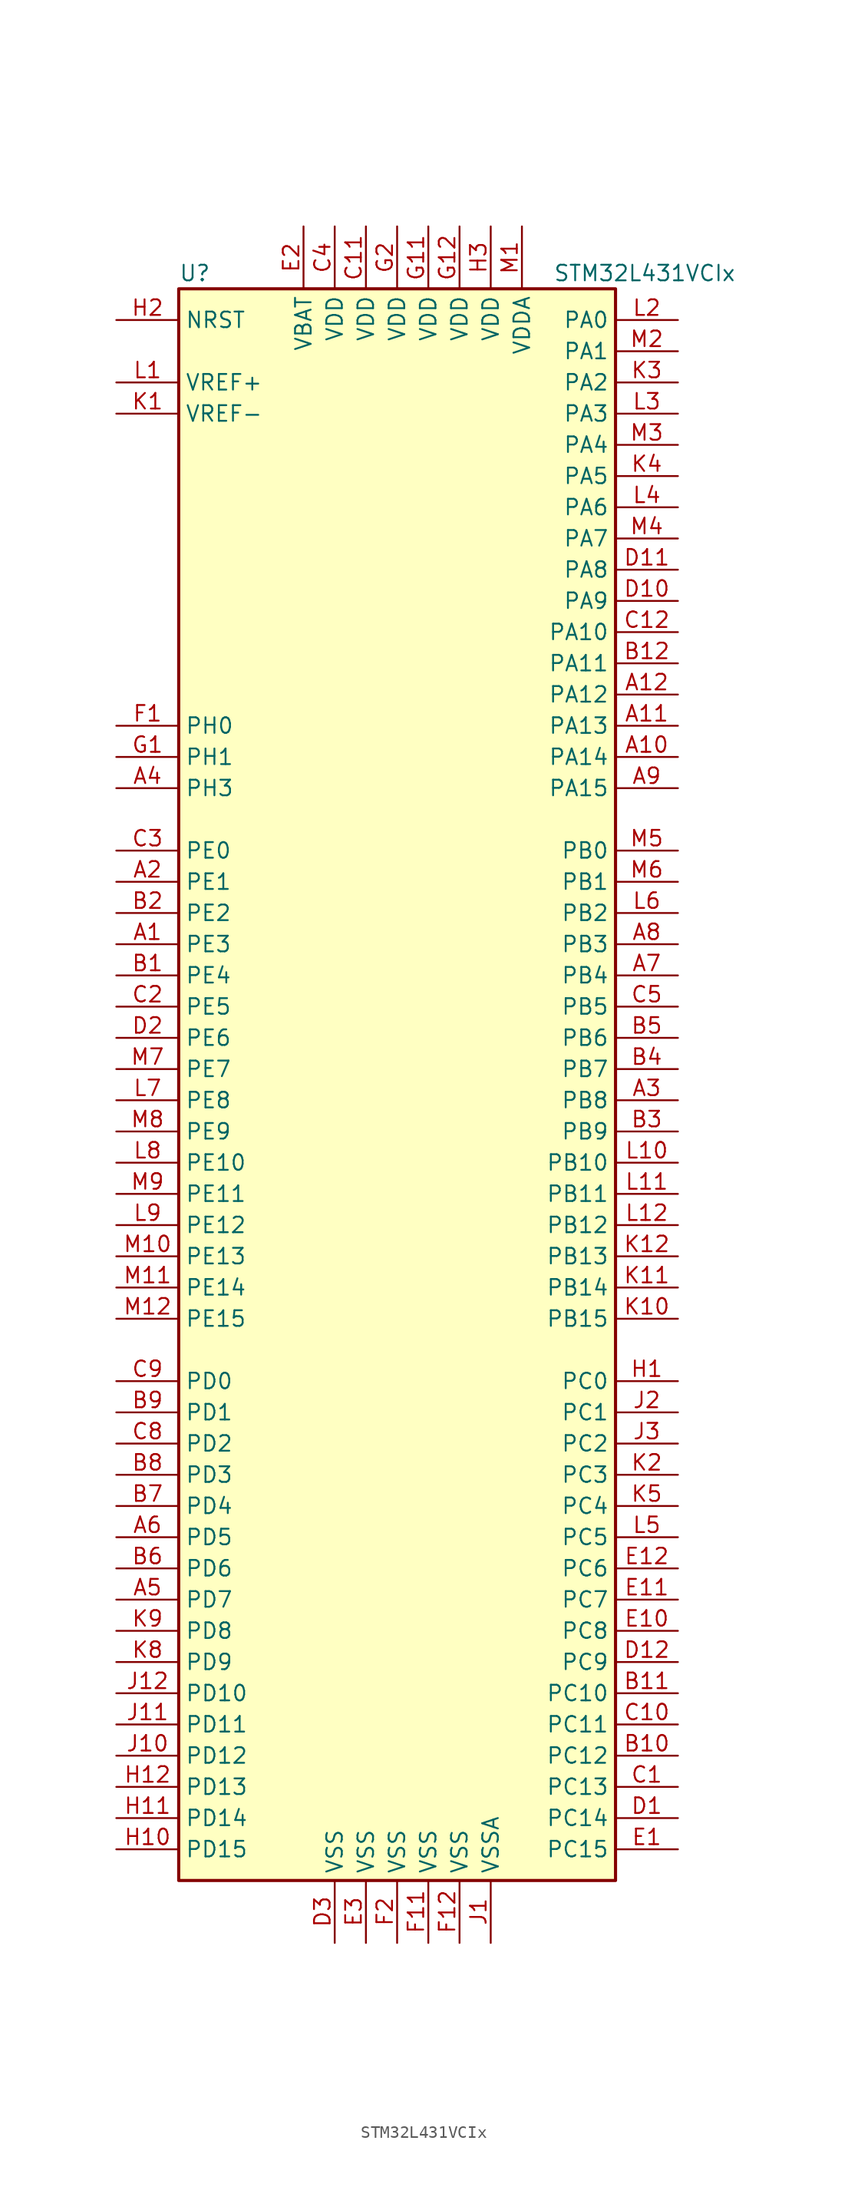
<source format=kicad_sym>
(kicad_symbol_lib
  (version 20220914)
  (generator kicad_symbol_editor)
  (symbol "STM32L431VCIx"
    (property "Reference" "U"
      (at -17.78 64.77 0)
      (effects (font (size 1.27 1.27)) (justify left)))
    (property "Value" "STM32L431VCIx"
      (at 12.7 64.77 0)
      (effects (font (size 1.27 1.27)) (justify left)))
    (symbol "STM32L431VCIx_0_1"
      (rectangle (start -17.78 -66.04) (end 17.78 63.5) (stroke (width 0.254) (type default)) (fill (type background))))
    (symbol "STM32L431VCIx_1_1"
      (pin bidirectional line (at -22.86 10.16 0) (length 5.08) (name "PE3" (effects (font (size 1.27 1.27)))) (number "A1" (effects (font (size 1.27 1.27)))))
      (pin bidirectional line (at 22.86 25.4 180) (length 5.08) (name "PA14" (effects (font (size 1.27 1.27)))) (number "A10" (effects (font (size 1.27 1.27)))))
      (pin bidirectional line (at 22.86 27.94 180) (length 5.08) (name "PA13" (effects (font (size 1.27 1.27)))) (number "A11" (effects (font (size 1.27 1.27)))))
      (pin bidirectional line (at 22.86 30.48 180) (length 5.08) (name "PA12" (effects (font (size 1.27 1.27)))) (number "A12" (effects (font (size 1.27 1.27)))))
      (pin bidirectional line (at -22.86 15.24 0) (length 5.08) (name "PE1" (effects (font (size 1.27 1.27)))) (number "A2" (effects (font (size 1.27 1.27)))))
      (pin bidirectional line (at 22.86 -2.54 180) (length 5.08) (name "PB8" (effects (font (size 1.27 1.27)))) (number "A3" (effects (font (size 1.27 1.27)))))
      (pin bidirectional line (at -22.86 22.86 0) (length 5.08) (name "PH3" (effects (font (size 1.27 1.27)))) (number "A4" (effects (font (size 1.27 1.27)))))
      (pin bidirectional line (at -22.86 -43.18 0) (length 5.08) (name "PD7" (effects (font (size 1.27 1.27)))) (number "A5" (effects (font (size 1.27 1.27)))))
      (pin bidirectional line (at -22.86 -38.1 0) (length 5.08) (name "PD5" (effects (font (size 1.27 1.27)))) (number "A6" (effects (font (size 1.27 1.27)))))
      (pin bidirectional line (at 22.86 7.62 180) (length 5.08) (name "PB4" (effects (font (size 1.27 1.27)))) (number "A7" (effects (font (size 1.27 1.27)))))
      (pin bidirectional line (at 22.86 10.16 180) (length 5.08) (name "PB3" (effects (font (size 1.27 1.27)))) (number "A8" (effects (font (size 1.27 1.27)))))
      (pin bidirectional line (at 22.86 22.86 180) (length 5.08) (name "PA15" (effects (font (size 1.27 1.27)))) (number "A9" (effects (font (size 1.27 1.27)))))
      (pin bidirectional line (at -22.86 7.62 0) (length 5.08) (name "PE4" (effects (font (size 1.27 1.27)))) (number "B1" (effects (font (size 1.27 1.27)))))
      (pin bidirectional line (at 22.86 -55.88 180) (length 5.08) (name "PC12" (effects (font (size 1.27 1.27)))) (number "B10" (effects (font (size 1.27 1.27)))))
      (pin bidirectional line (at 22.86 -50.8 180) (length 5.08) (name "PC10" (effects (font (size 1.27 1.27)))) (number "B11" (effects (font (size 1.27 1.27)))))
      (pin bidirectional line (at 22.86 33.02 180) (length 5.08) (name "PA11" (effects (font (size 1.27 1.27)))) (number "B12" (effects (font (size 1.27 1.27)))))
      (pin bidirectional line (at -22.86 12.7 0) (length 5.08) (name "PE2" (effects (font (size 1.27 1.27)))) (number "B2" (effects (font (size 1.27 1.27)))))
      (pin bidirectional line (at 22.86 -5.08 180) (length 5.08) (name "PB9" (effects (font (size 1.27 1.27)))) (number "B3" (effects (font (size 1.27 1.27)))))
      (pin bidirectional line (at 22.86 0 180) (length 5.08) (name "PB7" (effects (font (size 1.27 1.27)))) (number "B4" (effects (font (size 1.27 1.27)))))
      (pin bidirectional line (at 22.86 2.54 180) (length 5.08) (name "PB6" (effects (font (size 1.27 1.27)))) (number "B5" (effects (font (size 1.27 1.27)))))
      (pin bidirectional line (at -22.86 -40.64 0) (length 5.08) (name "PD6" (effects (font (size 1.27 1.27)))) (number "B6" (effects (font (size 1.27 1.27)))))
      (pin bidirectional line (at -22.86 -35.56 0) (length 5.08) (name "PD4" (effects (font (size 1.27 1.27)))) (number "B7" (effects (font (size 1.27 1.27)))))
      (pin bidirectional line (at -22.86 -33.02 0) (length 5.08) (name "PD3" (effects (font (size 1.27 1.27)))) (number "B8" (effects (font (size 1.27 1.27)))))
      (pin bidirectional line (at -22.86 -27.94 0) (length 5.08) (name "PD1" (effects (font (size 1.27 1.27)))) (number "B9" (effects (font (size 1.27 1.27)))))
      (pin bidirectional line (at 22.86 -58.42 180) (length 5.08) (name "PC13" (effects (font (size 1.27 1.27)))) (number "C1" (effects (font (size 1.27 1.27)))))
      (pin bidirectional line (at 22.86 -53.34 180) (length 5.08) (name "PC11" (effects (font (size 1.27 1.27)))) (number "C10" (effects (font (size 1.27 1.27)))))
      (pin power_in line (at -2.54 68.58 270) (length 5.08) (name "VDD" (effects (font (size 1.27 1.27)))) (number "C11" (effects (font (size 1.27 1.27)))))
      (pin bidirectional line (at 22.86 35.56 180) (length 5.08) (name "PA10" (effects (font (size 1.27 1.27)))) (number "C12" (effects (font (size 1.27 1.27)))))
      (pin bidirectional line (at -22.86 5.08 0) (length 5.08) (name "PE5" (effects (font (size 1.27 1.27)))) (number "C2" (effects (font (size 1.27 1.27)))))
      (pin bidirectional line (at -22.86 17.78 0) (length 5.08) (name "PE0" (effects (font (size 1.27 1.27)))) (number "C3" (effects (font (size 1.27 1.27)))))
      (pin power_in line (at -5.08 68.58 270) (length 5.08) (name "VDD" (effects (font (size 1.27 1.27)))) (number "C4" (effects (font (size 1.27 1.27)))))
      (pin bidirectional line (at 22.86 5.08 180) (length 5.08) (name "PB5" (effects (font (size 1.27 1.27)))) (number "C5" (effects (font (size 1.27 1.27)))))
      (pin bidirectional line (at -22.86 -30.48 0) (length 5.08) (name "PD2" (effects (font (size 1.27 1.27)))) (number "C8" (effects (font (size 1.27 1.27)))))
      (pin bidirectional line (at -22.86 -25.4 0) (length 5.08) (name "PD0" (effects (font (size 1.27 1.27)))) (number "C9" (effects (font (size 1.27 1.27)))))
      (pin bidirectional line (at 22.86 -60.96 180) (length 5.08) (name "PC14" (effects (font (size 1.27 1.27)))) (number "D1" (effects (font (size 1.27 1.27)))))
      (pin bidirectional line (at 22.86 38.1 180) (length 5.08) (name "PA9" (effects (font (size 1.27 1.27)))) (number "D10" (effects (font (size 1.27 1.27)))))
      (pin bidirectional line (at 22.86 40.64 180) (length 5.08) (name "PA8" (effects (font (size 1.27 1.27)))) (number "D11" (effects (font (size 1.27 1.27)))))
      (pin bidirectional line (at 22.86 -48.26 180) (length 5.08) (name "PC9" (effects (font (size 1.27 1.27)))) (number "D12" (effects (font (size 1.27 1.27)))))
      (pin bidirectional line (at -22.86 2.54 0) (length 5.08) (name "PE6" (effects (font (size 1.27 1.27)))) (number "D2" (effects (font (size 1.27 1.27)))))
      (pin power_in line (at -5.08 -71.12 90) (length 5.08) (name "VSS" (effects (font (size 1.27 1.27)))) (number "D3" (effects (font (size 1.27 1.27)))))
      (pin bidirectional line (at 22.86 -63.5 180) (length 5.08) (name "PC15" (effects (font (size 1.27 1.27)))) (number "E1" (effects (font (size 1.27 1.27)))))
      (pin bidirectional line (at 22.86 -45.72 180) (length 5.08) (name "PC8" (effects (font (size 1.27 1.27)))) (number "E10" (effects (font (size 1.27 1.27)))))
      (pin bidirectional line (at 22.86 -43.18 180) (length 5.08) (name "PC7" (effects (font (size 1.27 1.27)))) (number "E11" (effects (font (size 1.27 1.27)))))
      (pin bidirectional line (at 22.86 -40.64 180) (length 5.08) (name "PC6" (effects (font (size 1.27 1.27)))) (number "E12" (effects (font (size 1.27 1.27)))))
      (pin power_in line (at -7.62 68.58 270) (length 5.08) (name "VBAT" (effects (font (size 1.27 1.27)))) (number "E2" (effects (font (size 1.27 1.27)))))
      (pin power_in line (at -2.54 -71.12 90) (length 5.08) (name "VSS" (effects (font (size 1.27 1.27)))) (number "E3" (effects (font (size 1.27 1.27)))))
      (pin input line (at -22.86 27.94 0) (length 5.08) (name "PH0" (effects (font (size 1.27 1.27)))) (number "F1" (effects (font (size 1.27 1.27)))))
      (pin power_in line (at 2.54 -71.12 90) (length 5.08) (name "VSS" (effects (font (size 1.27 1.27)))) (number "F11" (effects (font (size 1.27 1.27)))))
      (pin power_in line (at 5.08 -71.12 90) (length 5.08) (name "VSS" (effects (font (size 1.27 1.27)))) (number "F12" (effects (font (size 1.27 1.27)))))
      (pin power_in line (at 0 -71.12 90) (length 5.08) (name "VSS" (effects (font (size 1.27 1.27)))) (number "F2" (effects (font (size 1.27 1.27)))))
      (pin input line (at -22.86 25.4 0) (length 5.08) (name "PH1" (effects (font (size 1.27 1.27)))) (number "G1" (effects (font (size 1.27 1.27)))))
      (pin power_in line (at 2.54 68.58 270) (length 5.08) (name "VDD" (effects (font (size 1.27 1.27)))) (number "G11" (effects (font (size 1.27 1.27)))))
      (pin power_in line (at 5.08 68.58 270) (length 5.08) (name "VDD" (effects (font (size 1.27 1.27)))) (number "G12" (effects (font (size 1.27 1.27)))))
      (pin power_in line (at 0 68.58 270) (length 5.08) (name "VDD" (effects (font (size 1.27 1.27)))) (number "G2" (effects (font (size 1.27 1.27)))))
      (pin bidirectional line (at 22.86 -25.4 180) (length 5.08) (name "PC0" (effects (font (size 1.27 1.27)))) (number "H1" (effects (font (size 1.27 1.27)))))
      (pin bidirectional line (at -22.86 -63.5 0) (length 5.08) (name "PD15" (effects (font (size 1.27 1.27)))) (number "H10" (effects (font (size 1.27 1.27)))))
      (pin bidirectional line (at -22.86 -60.96 0) (length 5.08) (name "PD14" (effects (font (size 1.27 1.27)))) (number "H11" (effects (font (size 1.27 1.27)))))
      (pin bidirectional line (at -22.86 -58.42 0) (length 5.08) (name "PD13" (effects (font (size 1.27 1.27)))) (number "H12" (effects (font (size 1.27 1.27)))))
      (pin input line (at -22.86 60.96 0) (length 5.08) (name "NRST" (effects (font (size 1.27 1.27)))) (number "H2" (effects (font (size 1.27 1.27)))))
      (pin power_in line (at 7.62 68.58 270) (length 5.08) (name "VDD" (effects (font (size 1.27 1.27)))) (number "H3" (effects (font (size 1.27 1.27)))))
      (pin power_in line (at 7.62 -71.12 90) (length 5.08) (name "VSSA" (effects (font (size 1.27 1.27)))) (number "J1" (effects (font (size 1.27 1.27)))))
      (pin bidirectional line (at -22.86 -55.88 0) (length 5.08) (name "PD12" (effects (font (size 1.27 1.27)))) (number "J10" (effects (font (size 1.27 1.27)))))
      (pin bidirectional line (at -22.86 -53.34 0) (length 5.08) (name "PD11" (effects (font (size 1.27 1.27)))) (number "J11" (effects (font (size 1.27 1.27)))))
      (pin bidirectional line (at -22.86 -50.8 0) (length 5.08) (name "PD10" (effects (font (size 1.27 1.27)))) (number "J12" (effects (font (size 1.27 1.27)))))
      (pin bidirectional line (at 22.86 -27.94 180) (length 5.08) (name "PC1" (effects (font (size 1.27 1.27)))) (number "J2" (effects (font (size 1.27 1.27)))))
      (pin bidirectional line (at 22.86 -30.48 180) (length 5.08) (name "PC2" (effects (font (size 1.27 1.27)))) (number "J3" (effects (font (size 1.27 1.27)))))
      (pin power_in line (at -22.86 53.34 0) (length 5.08) (name "VREF-" (effects (font (size 1.27 1.27)))) (number "K1" (effects (font (size 1.27 1.27)))))
      (pin bidirectional line (at 22.86 -20.32 180) (length 5.08) (name "PB15" (effects (font (size 1.27 1.27)))) (number "K10" (effects (font (size 1.27 1.27)))))
      (pin bidirectional line (at 22.86 -17.78 180) (length 5.08) (name "PB14" (effects (font (size 1.27 1.27)))) (number "K11" (effects (font (size 1.27 1.27)))))
      (pin bidirectional line (at 22.86 -15.24 180) (length 5.08) (name "PB13" (effects (font (size 1.27 1.27)))) (number "K12" (effects (font (size 1.27 1.27)))))
      (pin bidirectional line (at 22.86 -33.02 180) (length 5.08) (name "PC3" (effects (font (size 1.27 1.27)))) (number "K2" (effects (font (size 1.27 1.27)))))
      (pin bidirectional line (at 22.86 55.88 180) (length 5.08) (name "PA2" (effects (font (size 1.27 1.27)))) (number "K3" (effects (font (size 1.27 1.27)))))
      (pin bidirectional line (at 22.86 48.26 180) (length 5.08) (name "PA5" (effects (font (size 1.27 1.27)))) (number "K4" (effects (font (size 1.27 1.27)))))
      (pin bidirectional line (at 22.86 -35.56 180) (length 5.08) (name "PC4" (effects (font (size 1.27 1.27)))) (number "K5" (effects (font (size 1.27 1.27)))))
      (pin bidirectional line (at -22.86 -48.26 0) (length 5.08) (name "PD9" (effects (font (size 1.27 1.27)))) (number "K8" (effects (font (size 1.27 1.27)))))
      (pin bidirectional line (at -22.86 -45.72 0) (length 5.08) (name "PD8" (effects (font (size 1.27 1.27)))) (number "K9" (effects (font (size 1.27 1.27)))))
      (pin bidirectional line (at -22.86 55.88 0) (length 5.08) (name "VREF+" (effects (font (size 1.27 1.27)))) (number "L1" (effects (font (size 1.27 1.27)))))
      (pin bidirectional line (at 22.86 -7.62 180) (length 5.08) (name "PB10" (effects (font (size 1.27 1.27)))) (number "L10" (effects (font (size 1.27 1.27)))))
      (pin bidirectional line (at 22.86 -10.16 180) (length 5.08) (name "PB11" (effects (font (size 1.27 1.27)))) (number "L11" (effects (font (size 1.27 1.27)))))
      (pin bidirectional line (at 22.86 -12.7 180) (length 5.08) (name "PB12" (effects (font (size 1.27 1.27)))) (number "L12" (effects (font (size 1.27 1.27)))))
      (pin bidirectional line (at 22.86 60.96 180) (length 5.08) (name "PA0" (effects (font (size 1.27 1.27)))) (number "L2" (effects (font (size 1.27 1.27)))))
      (pin bidirectional line (at 22.86 53.34 180) (length 5.08) (name "PA3" (effects (font (size 1.27 1.27)))) (number "L3" (effects (font (size 1.27 1.27)))))
      (pin bidirectional line (at 22.86 45.72 180) (length 5.08) (name "PA6" (effects (font (size 1.27 1.27)))) (number "L4" (effects (font (size 1.27 1.27)))))
      (pin bidirectional line (at 22.86 -38.1 180) (length 5.08) (name "PC5" (effects (font (size 1.27 1.27)))) (number "L5" (effects (font (size 1.27 1.27)))))
      (pin bidirectional line (at 22.86 12.7 180) (length 5.08) (name "PB2" (effects (font (size 1.27 1.27)))) (number "L6" (effects (font (size 1.27 1.27)))))
      (pin bidirectional line (at -22.86 -2.54 0) (length 5.08) (name "PE8" (effects (font (size 1.27 1.27)))) (number "L7" (effects (font (size 1.27 1.27)))))
      (pin bidirectional line (at -22.86 -7.62 0) (length 5.08) (name "PE10" (effects (font (size 1.27 1.27)))) (number "L8" (effects (font (size 1.27 1.27)))))
      (pin bidirectional line (at -22.86 -12.7 0) (length 5.08) (name "PE12" (effects (font (size 1.27 1.27)))) (number "L9" (effects (font (size 1.27 1.27)))))
      (pin power_in line (at 10.16 68.58 270) (length 5.08) (name "VDDA" (effects (font (size 1.27 1.27)))) (number "M1" (effects (font (size 1.27 1.27)))))
      (pin bidirectional line (at -22.86 -15.24 0) (length 5.08) (name "PE13" (effects (font (size 1.27 1.27)))) (number "M10" (effects (font (size 1.27 1.27)))))
      (pin bidirectional line (at -22.86 -17.78 0) (length 5.08) (name "PE14" (effects (font (size 1.27 1.27)))) (number "M11" (effects (font (size 1.27 1.27)))))
      (pin bidirectional line (at -22.86 -20.32 0) (length 5.08) (name "PE15" (effects (font (size 1.27 1.27)))) (number "M12" (effects (font (size 1.27 1.27)))))
      (pin bidirectional line (at 22.86 58.42 180) (length 5.08) (name "PA1" (effects (font (size 1.27 1.27)))) (number "M2" (effects (font (size 1.27 1.27)))))
      (pin bidirectional line (at 22.86 50.8 180) (length 5.08) (name "PA4" (effects (font (size 1.27 1.27)))) (number "M3" (effects (font (size 1.27 1.27)))))
      (pin bidirectional line (at 22.86 43.18 180) (length 5.08) (name "PA7" (effects (font (size 1.27 1.27)))) (number "M4" (effects (font (size 1.27 1.27)))))
      (pin bidirectional line (at 22.86 17.78 180) (length 5.08) (name "PB0" (effects (font (size 1.27 1.27)))) (number "M5" (effects (font (size 1.27 1.27)))))
      (pin bidirectional line (at 22.86 15.24 180) (length 5.08) (name "PB1" (effects (font (size 1.27 1.27)))) (number "M6" (effects (font (size 1.27 1.27)))))
      (pin bidirectional line (at -22.86 0 0) (length 5.08) (name "PE7" (effects (font (size 1.27 1.27)))) (number "M7" (effects (font (size 1.27 1.27)))))
      (pin bidirectional line (at -22.86 -5.08 0) (length 5.08) (name "PE9" (effects (font (size 1.27 1.27)))) (number "M8" (effects (font (size 1.27 1.27)))))
      (pin bidirectional line (at -22.86 -10.16 0) (length 5.08) (name "PE11" (effects (font (size 1.27 1.27)))) (number "M9" (effects (font (size 1.27 1.27))))))))
</source>
